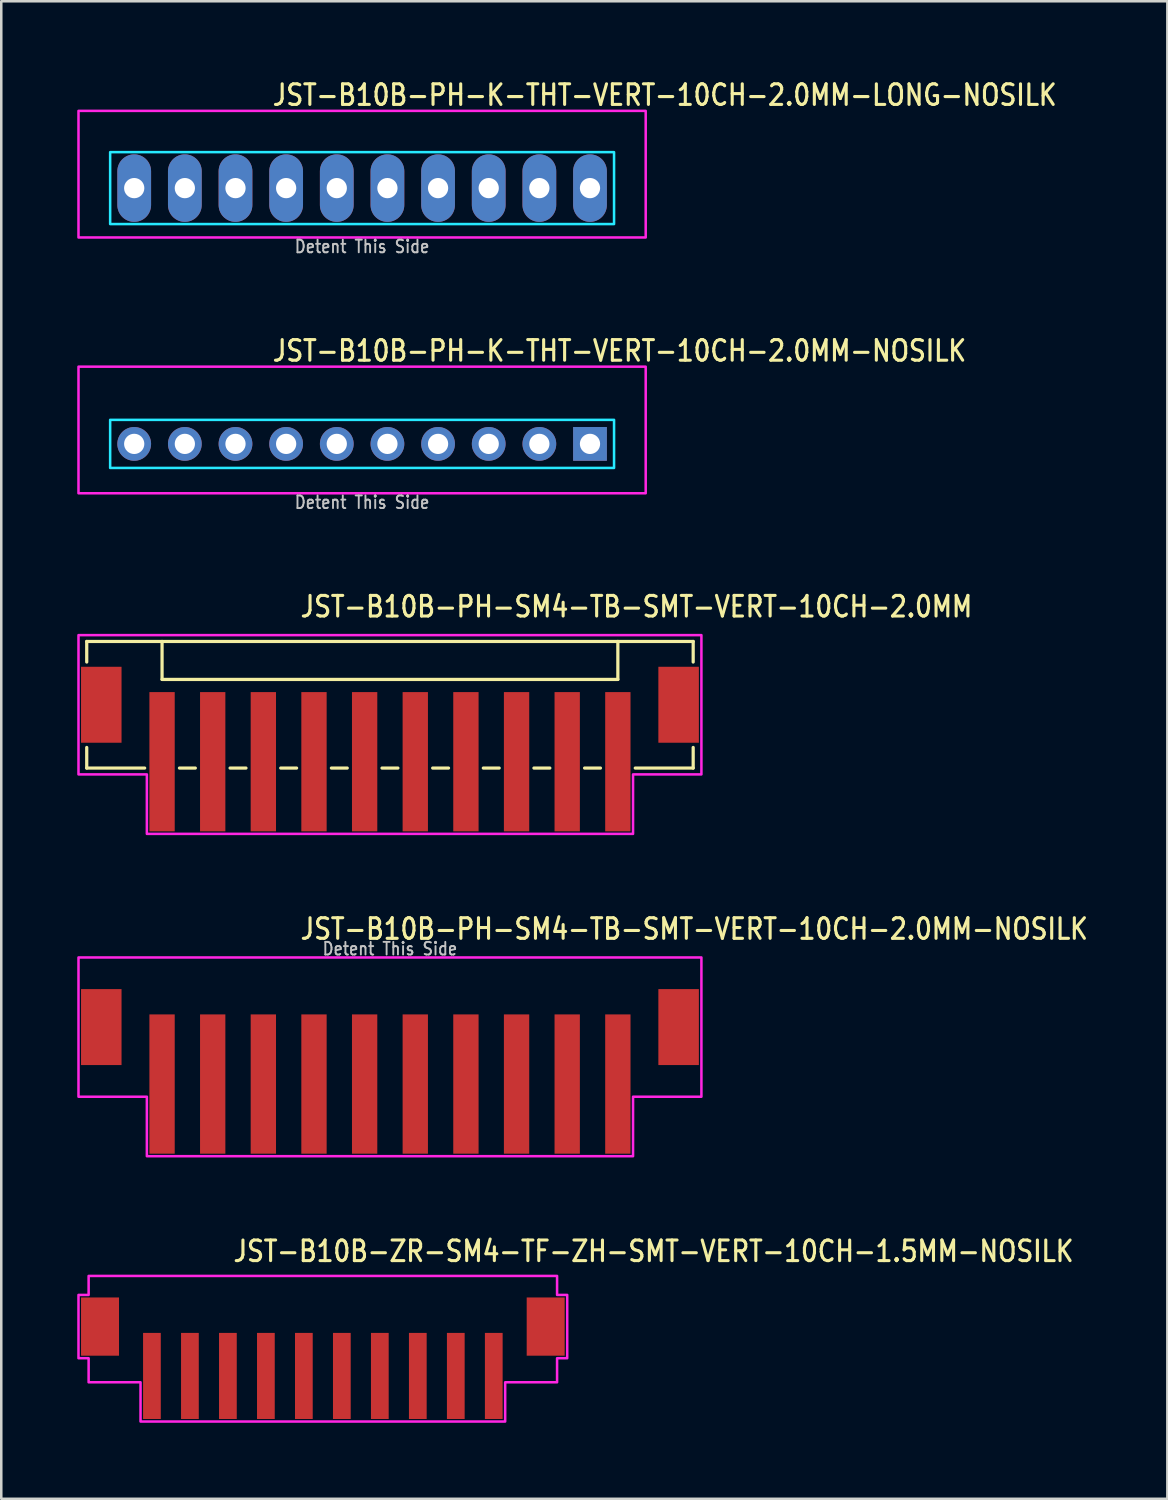
<source format=kicad_pcb>
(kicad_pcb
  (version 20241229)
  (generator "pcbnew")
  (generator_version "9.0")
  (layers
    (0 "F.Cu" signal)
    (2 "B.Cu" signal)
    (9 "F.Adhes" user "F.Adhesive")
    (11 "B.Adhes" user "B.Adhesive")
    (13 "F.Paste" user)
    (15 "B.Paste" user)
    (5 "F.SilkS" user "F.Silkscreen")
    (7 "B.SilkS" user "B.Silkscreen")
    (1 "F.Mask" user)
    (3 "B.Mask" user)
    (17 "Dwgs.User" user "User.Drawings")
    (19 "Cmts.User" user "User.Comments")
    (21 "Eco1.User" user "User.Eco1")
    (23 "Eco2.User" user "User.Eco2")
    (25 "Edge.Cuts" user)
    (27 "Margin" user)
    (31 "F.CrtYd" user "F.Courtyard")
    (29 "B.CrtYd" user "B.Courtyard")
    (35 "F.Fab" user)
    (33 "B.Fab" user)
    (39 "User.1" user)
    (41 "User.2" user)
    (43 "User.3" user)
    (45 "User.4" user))
  (footprint "JST-B10B-PH-K-THT-VERT-10CH-2.0MM-LONG-NOSILK"
    (layer "F.Cu")
    (at 11.25 4.379)
    (property "Reference" "JST-B10B-PH-K-THT-VERT-10CH-2.0MM-LONG-NOSILK" (at -3.6 -3.2 0) (unlocked yes) (layer "F.SilkS") (effects (font (size 0.813 0.695) (thickness 0.122)) (justify left bottom)))
    (fp_poly (pts (xy -9.95 -1.42) (xy -9.95 1.42) (xy 9.95 1.42) (xy 9.95 -1.42)) (stroke (width 0.1) (type solid)) (fill no) (layer "B.CrtYd"))
    (fp_poly (pts (xy -11.2 1.95) (xy -11.2 -3.05) (xy 11.2 -3.05) (xy 11.2 1.95)) (stroke (width 0.1) (type solid)) (fill no) (layer "F.CrtYd"))
    (fp_text user "Detent This Side" (at 0 2.6 0) (unlocked yes) (layer "Dwgs.User") (effects (font (size 0.5 0.427) (thickness 0.075)) (justify bottom)))
    (pad "P$1" thru_hole oval (at 9 0 90) (size 2.667 1.333) (drill 0.8) (layers "*.Cu" "*.Mask"))
    (pad "P$2" thru_hole oval (at 7 0 90) (size 2.667 1.333) (drill 0.8) (layers "*.Cu" "*.Mask"))
    (pad "P$3" thru_hole oval (at 5 0 90) (size 2.667 1.333) (drill 0.8) (layers "*.Cu" "*.Mask"))
    (pad "P$4" thru_hole oval (at 3 0 90) (size 2.667 1.333) (drill 0.8) (layers "*.Cu" "*.Mask"))
    (pad "P$5" thru_hole oval (at 1 0 90) (size 2.667 1.333) (drill 0.8) (layers "*.Cu" "*.Mask"))
    (pad "P$6" thru_hole oval (at -1 0 90) (size 2.667 1.333) (drill 0.8) (layers "*.Cu" "*.Mask"))
    (pad "P$7" thru_hole oval (at -3 0 90) (size 2.667 1.333) (drill 0.8) (layers "*.Cu" "*.Mask"))
    (pad "P$8" thru_hole oval (at -5 0 90) (size 2.667 1.333) (drill 0.8) (layers "*.Cu" "*.Mask"))
    (pad "P$9" thru_hole oval (at -7 0 90) (size 2.667 1.333) (drill 0.8) (layers "*.Cu" "*.Mask"))
    (pad "P$10" thru_hole oval (at -9 0 90) (size 2.667 1.333) (drill 0.8) (layers "*.Cu" "*.Mask")))
  (footprint "JST-B10B-PH-SM4-TB-SMT-VERT-10CH-2.0MM-NOSILK"
    (layer "F.Cu")
    (at 12.35 37.511)
    (property "Reference" "JST-B10B-PH-SM4-TB-SMT-VERT-10CH-2.0MM-NOSILK" (at -3.6 -3.4 0) (unlocked yes) (layer "F.SilkS") (effects (font (size 0.813 0.695) (thickness 0.122)) (justify left bottom)))
    (fp_poly (pts (xy -12.3 -2.75) (xy -12.3 2.75) (xy -9.6 2.75) (xy -9.6 5.1) (xy 9.6 5.1) (xy 9.6 2.75) (xy 12.3 2.75) (xy 12.3 -2.75)) (stroke (width 0.1) (type solid)) (fill no) (layer "F.CrtYd"))
    (fp_text user "Detent This Side" (at 0 -2.8 0) (unlocked yes) (layer "Dwgs.User") (effects (font (size 0.5 0.427) (thickness 0.075)) (justify bottom)))
    (pad "P$1" smd rect (at -9 2.25) (size 1 5.5) (layers "F.Cu" "F.Mask" "F.Paste"))
    (pad "P$2" smd rect (at -7 2.25) (size 1 5.5) (layers "F.Cu" "F.Mask" "F.Paste"))
    (pad "P$3" smd rect (at -5 2.25) (size 1 5.5) (layers "F.Cu" "F.Mask" "F.Paste"))
    (pad "P$4" smd rect (at -3 2.25) (size 1 5.5) (layers "F.Cu" "F.Mask" "F.Paste"))
    (pad "P$5" smd rect (at -1 2.25) (size 1 5.5) (layers "F.Cu" "F.Mask" "F.Paste"))
    (pad "P$6" smd rect (at 1 2.25) (size 1 5.5) (layers "F.Cu" "F.Mask" "F.Paste"))
    (pad "P$7" smd rect (at 3 2.25) (size 1 5.5) (layers "F.Cu" "F.Mask" "F.Paste"))
    (pad "P$8" smd rect (at 5 2.25) (size 1 5.5) (layers "F.Cu" "F.Mask" "F.Paste"))
    (pad "P$9" smd rect (at 7 2.25) (size 1 5.5) (layers "F.Cu" "F.Mask" "F.Paste"))
    (pad "P$10" smd rect (at 9 2.25) (size 1 5.5) (layers "F.Cu" "F.Mask" "F.Paste"))
    (pad "S$1" smd rect (at -11.4 0) (size 1.6 3) (layers "F.Cu" "F.Mask" "F.Paste"))
    (pad "S$2" smd rect (at 11.4 0) (size 1.6 3) (layers "F.Cu" "F.Mask" "F.Paste")))
  (footprint "JST-B10B-ZR-SM4-TF-ZH-SMT-VERT-10CH-1.5MM-NOSILK"
    (layer "F.Cu")
    (at 9.7 49.339)
    (property "Reference" "JST-B10B-ZR-SM4-TF-ZH-SMT-VERT-10CH-1.5MM-NOSILK" (at -3.6 -2.5 0) (unlocked yes) (layer "F.SilkS") (effects (font (size 0.813 0.695) (thickness 0.122)) (justify left bottom)))
    (fp_poly (pts (xy -9.25 -2) (xy -9.25 -1.25) (xy -9.65 -1.25) (xy -9.65 1.25) (xy -9.25 1.25) (xy -9.25 2.2) (xy -7.2 2.2) (xy -7.2 3.75) (xy 7.2 3.75) (xy 7.2 2.2) (xy 9.25 2.2) (xy 9.25 1.25) (xy 9.65 1.25) (xy 9.65 -1.25) (xy 9.25 -1.25) (xy 9.25 -2)) (stroke (width 0.1) (type solid)) (fill no) (layer "F.CrtYd"))
    (pad "P$1" smd rect (at -6.75 1.95) (size 0.7 3.4) (layers "F.Cu" "F.Mask" "F.Paste"))
    (pad "P$2" smd rect (at -5.25 1.95) (size 0.7 3.4) (layers "F.Cu" "F.Mask" "F.Paste"))
    (pad "P$3" smd rect (at -3.75 1.95) (size 0.7 3.4) (layers "F.Cu" "F.Mask" "F.Paste"))
    (pad "P$4" smd rect (at -2.25 1.95) (size 0.7 3.4) (layers "F.Cu" "F.Mask" "F.Paste"))
    (pad "P$5" smd rect (at -0.75 1.95) (size 0.7 3.4) (layers "F.Cu" "F.Mask" "F.Paste"))
    (pad "P$6" smd rect (at 0.75 1.95) (size 0.7 3.4) (layers "F.Cu" "F.Mask" "F.Paste"))
    (pad "P$7" smd rect (at 2.25 1.95) (size 0.7 3.4) (layers "F.Cu" "F.Mask" "F.Paste"))
    (pad "P$8" smd rect (at 3.75 1.95) (size 0.7 3.4) (layers "F.Cu" "F.Mask" "F.Paste"))
    (pad "P$9" smd rect (at 5.25 1.95) (size 0.7 3.4) (layers "F.Cu" "F.Mask" "F.Paste"))
    (pad "P$10" smd rect (at 6.75 1.95) (size 0.7 3.4) (layers "F.Cu" "F.Mask" "F.Paste"))
    (pad "P$11" smd rect (at 8.8 0) (size 1.5 2.3) (layers "F.Cu" "F.Mask" "F.Paste"))
    (pad "P$12" smd rect (at -8.8 0) (size 1.5 2.3) (layers "F.Cu" "F.Mask" "F.Paste")))
  (footprint "JST-B10B-PH-SM4-TB-SMT-VERT-10CH-2.0MM"
    (layer "F.Cu")
    (at 12.35 24.782)
    (property "Reference" "JST-B10B-PH-SM4-TB-SMT-VERT-10CH-2.0MM" (at -3.6 -3.4 0) (unlocked yes) (layer "F.SilkS") (effects (font (size 0.813 0.695) (thickness 0.122)) (justify left bottom)))
    (fp_line (start -11.975 -2.5) (end -11.975 -1.687) (stroke (width 0.127) (type solid)) (layer "F.SilkS"))
    (fp_line (start -11.975 -2.5) (end 11.975 -2.5) (stroke (width 0.127) (type solid)) (layer "F.SilkS"))
    (fp_line (start -11.975 2.5) (end -11.975 1.687) (stroke (width 0.127) (type solid)) (layer "F.SilkS"))
    (fp_line (start -11.975 2.5) (end -9.687 2.5) (stroke (width 0.127) (type solid)) (layer "F.SilkS"))
    (fp_line (start -9 -2.5) (end -9 -1) (stroke (width 0.127) (type solid)) (layer "F.SilkS"))
    (fp_line (start -9 -1) (end 9 -1) (stroke (width 0.127) (type solid)) (layer "F.SilkS"))
    (fp_line (start -8.313 2.5) (end -7.686 2.5) (stroke (width 0.127) (type solid)) (layer "F.SilkS"))
    (fp_line (start -6.314 2.5) (end -5.686 2.5) (stroke (width 0.127) (type solid)) (layer "F.SilkS"))
    (fp_line (start -4.314 2.5) (end -3.687 2.5) (stroke (width 0.127) (type solid)) (layer "F.SilkS"))
    (fp_line (start -2.313 2.5) (end -1.687 2.5) (stroke (width 0.127) (type solid)) (layer "F.SilkS"))
    (fp_line (start -0.314 2.5) (end 0.314 2.5) (stroke (width 0.127) (type solid)) (layer "F.SilkS"))
    (fp_line (start 1.687 2.5) (end 2.313 2.5) (stroke (width 0.127) (type solid)) (layer "F.SilkS"))
    (fp_line (start 3.687 2.5) (end 4.314 2.5) (stroke (width 0.127) (type solid)) (layer "F.SilkS"))
    (fp_line (start 5.686 2.5) (end 6.314 2.5) (stroke (width 0.127) (type solid)) (layer "F.SilkS"))
    (fp_line (start 7.686 2.5) (end 8.313 2.5) (stroke (width 0.127) (type solid)) (layer "F.SilkS"))
    (fp_line (start 9 -1) (end 9 -2.5) (stroke (width 0.127) (type solid)) (layer "F.SilkS"))
    (fp_line (start 9.687 2.5) (end 11.975 2.5) (stroke (width 0.127) (type solid)) (layer "F.SilkS"))
    (fp_line (start 11.975 -1.687) (end 11.975 -2.5) (stroke (width 0.127) (type solid)) (layer "F.SilkS"))
    (fp_line (start 11.975 1.687) (end 11.975 2.5) (stroke (width 0.127) (type solid)) (layer "F.SilkS"))
    (fp_poly (pts (xy -12.3 -2.75) (xy -12.3 2.75) (xy -9.6 2.75) (xy -9.6 5.1) (xy 9.6 5.1) (xy 9.6 2.75) (xy 12.3 2.75) (xy 12.3 -2.75)) (stroke (width 0.1) (type solid)) (fill no) (layer "F.CrtYd"))
    (pad "P$1" smd rect (at -9 2.25) (size 1 5.5) (layers "F.Cu" "F.Mask" "F.Paste"))
    (pad "P$2" smd rect (at -7 2.25) (size 1 5.5) (layers "F.Cu" "F.Mask" "F.Paste"))
    (pad "P$3" smd rect (at -5 2.25) (size 1 5.5) (layers "F.Cu" "F.Mask" "F.Paste"))
    (pad "P$4" smd rect (at -3 2.25) (size 1 5.5) (layers "F.Cu" "F.Mask" "F.Paste"))
    (pad "P$5" smd rect (at -1 2.25) (size 1 5.5) (layers "F.Cu" "F.Mask" "F.Paste"))
    (pad "P$6" smd rect (at 1 2.25) (size 1 5.5) (layers "F.Cu" "F.Mask" "F.Paste"))
    (pad "P$7" smd rect (at 3 2.25) (size 1 5.5) (layers "F.Cu" "F.Mask" "F.Paste"))
    (pad "P$8" smd rect (at 5 2.25) (size 1 5.5) (layers "F.Cu" "F.Mask" "F.Paste"))
    (pad "P$9" smd rect (at 7 2.25) (size 1 5.5) (layers "F.Cu" "F.Mask" "F.Paste"))
    (pad "P$10" smd rect (at 9 2.25) (size 1 5.5) (layers "F.Cu" "F.Mask" "F.Paste"))
    (pad "S$1" smd rect (at -11.4 0) (size 1.6 3) (layers "F.Cu" "F.Mask" "F.Paste"))
    (pad "S$2" smd rect (at 11.4 0) (size 1.6 3) (layers "F.Cu" "F.Mask" "F.Paste")))
  (footprint "JST-B10B-PH-K-THT-VERT-10CH-2.0MM-NOSILK"
    (layer "F.Cu")
    (at 11.25 14.48)
    (property "Reference" "JST-B10B-PH-K-THT-VERT-10CH-2.0MM-NOSILK" (at -3.6 -3.2 0) (unlocked yes) (layer "F.SilkS") (effects (font (size 0.813 0.695) (thickness 0.122)) (justify left bottom)))
    (fp_poly (pts (xy -9.95 -0.95) (xy -9.95 0.95) (xy 9.95 0.95) (xy 9.95 -0.95)) (stroke (width 0.1) (type solid)) (fill no) (layer "B.CrtYd"))
    (fp_poly (pts (xy -11.2 1.95) (xy -11.2 -3.05) (xy 11.2 -3.05) (xy 11.2 1.95)) (stroke (width 0.1) (type solid)) (fill no) (layer "F.CrtYd"))
    (fp_text user "Detent This Side" (at 0 2.6 0) (unlocked yes) (layer "Dwgs.User") (effects (font (size 0.5 0.427) (thickness 0.075)) (justify bottom)))
    (pad "P$1" thru_hole rect (at 9 0) (size 1.333 1.333) (drill 0.8) (layers "*.Cu" "*.Mask"))
    (pad "P$2" thru_hole oval (at 7 0) (size 1.333 1.333) (drill 0.8) (layers "*.Cu" "*.Mask"))
    (pad "P$3" thru_hole oval (at 5 0) (size 1.333 1.333) (drill 0.8) (layers "*.Cu" "*.Mask"))
    (pad "P$4" thru_hole oval (at 3 0) (size 1.333 1.333) (drill 0.8) (layers "*.Cu" "*.Mask"))
    (pad "P$5" thru_hole oval (at 1 0) (size 1.333 1.333) (drill 0.8) (layers "*.Cu" "*.Mask"))
    (pad "P$6" thru_hole oval (at -1 0) (size 1.333 1.333) (drill 0.8) (layers "*.Cu" "*.Mask"))
    (pad "P$7" thru_hole oval (at -3 0) (size 1.333 1.333) (drill 0.8) (layers "*.Cu" "*.Mask"))
    (pad "P$8" thru_hole oval (at -5 0) (size 1.333 1.333) (drill 0.8) (layers "*.Cu" "*.Mask"))
    (pad "P$9" thru_hole oval (at -7 0) (size 1.333 1.333) (drill 0.8) (layers "*.Cu" "*.Mask"))
    (pad "P$10" thru_hole oval (at -9 0) (size 1.333 1.333) (drill 0.8) (layers "*.Cu" "*.Mask")))
  (gr_rect
    (start -3 -3)
    (end 43.051 56.139)
    (stroke (width 0.1) (type default))
    (fill no)
    (layer "Edge.Cuts")))
</source>
